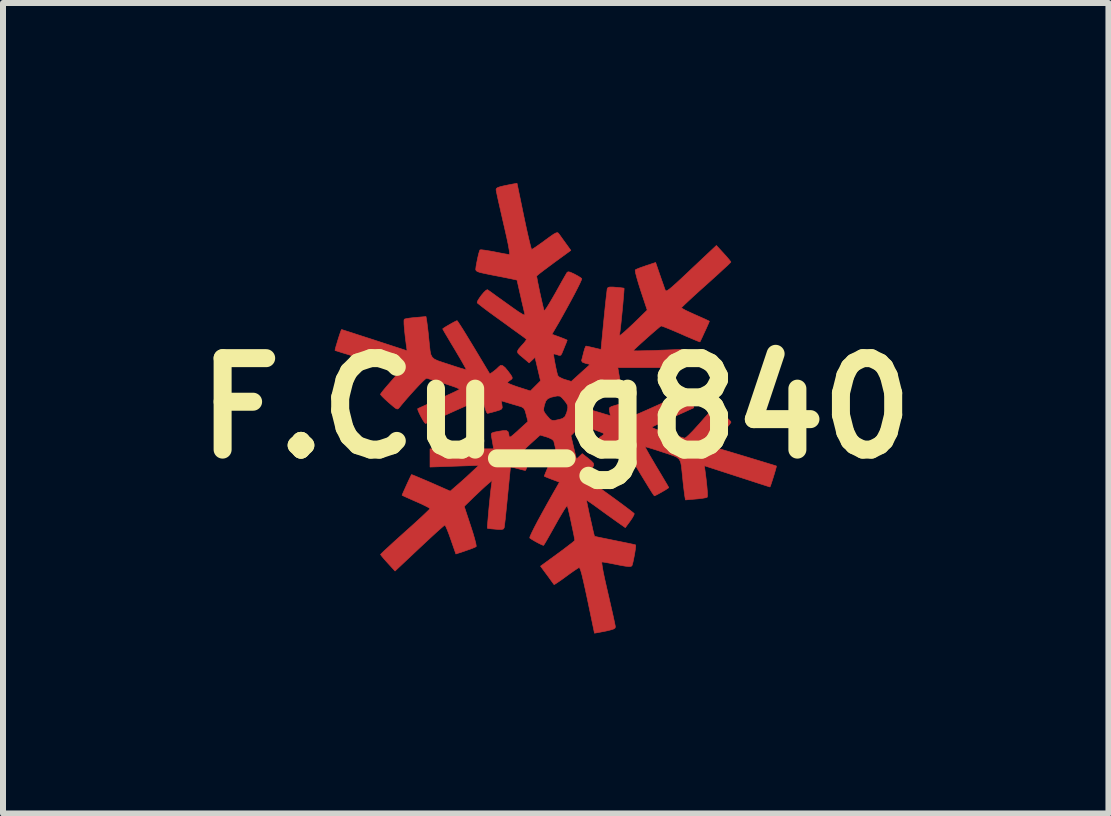
<source format=kicad_pcb>
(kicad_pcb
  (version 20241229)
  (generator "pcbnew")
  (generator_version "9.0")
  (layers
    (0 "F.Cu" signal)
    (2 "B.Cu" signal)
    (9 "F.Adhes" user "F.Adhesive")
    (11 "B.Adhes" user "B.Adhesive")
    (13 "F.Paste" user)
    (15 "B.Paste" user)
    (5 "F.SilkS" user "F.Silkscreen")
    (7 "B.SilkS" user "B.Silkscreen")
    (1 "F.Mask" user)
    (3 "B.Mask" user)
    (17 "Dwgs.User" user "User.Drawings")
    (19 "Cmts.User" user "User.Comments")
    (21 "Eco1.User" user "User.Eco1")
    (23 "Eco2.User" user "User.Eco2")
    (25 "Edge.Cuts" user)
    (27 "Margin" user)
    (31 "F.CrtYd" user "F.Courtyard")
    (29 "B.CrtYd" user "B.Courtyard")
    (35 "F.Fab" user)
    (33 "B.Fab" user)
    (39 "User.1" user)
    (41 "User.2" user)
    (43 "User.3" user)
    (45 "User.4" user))
  (footprint "F.Cu_g840"
    (layer "F.Cu")
    (at 6.212 3.754)
    (property "Reference" "F.Cu_g840" (at 0 0 0) (layer "F.SilkS") (effects (font (size 1.524 1.524) (thickness 0.3))))
    (attr through_hole)
    (fp_poly (pts (xy -0.531 -3.198) (xy -0.5 -3.051) (xy -0.471 -2.919) (xy -0.445 -2.807) (xy -0.424 -2.721) (xy -0.409 -2.665) (xy -0.401 -2.646) (xy -0.379 -2.658) (xy -0.33 -2.69) (xy -0.262 -2.738) (xy -0.181 -2.796) (xy -0.181 -2.797) (xy -0.094 -2.86) (xy -0.035 -2.901) (xy 0.004 -2.922) (xy 0.028 -2.927) (xy 0.043 -2.919) (xy 0.052 -2.908) (xy 0.079 -2.871) (xy 0.121 -2.812) (xy 0.166 -2.75) (xy 0.252 -2.631) (xy -0.033 -2.423) (xy -0.127 -2.353) (xy -0.209 -2.292) (xy -0.271 -2.244) (xy -0.309 -2.212) (xy -0.318 -2.203) (xy -0.313 -2.172) (xy -0.302 -2.111) (xy -0.285 -2.029) (xy -0.266 -1.936) (xy -0.245 -1.841) (xy -0.225 -1.753) (xy -0.208 -1.681) (xy -0.196 -1.636) (xy -0.192 -1.625) (xy -0.178 -1.638) (xy -0.147 -1.681) (xy -0.104 -1.751) (xy -0.051 -1.841) (xy -0.005 -1.921) (xy 0.054 -2.027) (xy 0.106 -2.12) (xy 0.149 -2.195) (xy 0.178 -2.245) (xy 0.187 -2.261) (xy 0.206 -2.274) (xy 0.239 -2.269) (xy 0.297 -2.243) (xy 0.313 -2.235) (xy 0.374 -2.202) (xy 0.419 -2.173) (xy 0.434 -2.159) (xy 0.427 -2.136) (xy 0.403 -2.082) (xy 0.364 -2.003) (xy 0.313 -1.904) (xy 0.253 -1.792) (xy 0.187 -1.671) (xy 0.119 -1.548) (xy 0.052 -1.429) (xy -0.012 -1.32) (xy -0.024 -1.299) (xy -0.063 -1.233) (xy 0.064 -1.187) (xy 0.129 -1.162) (xy 0.175 -1.143) (xy 0.191 -1.134) (xy 0.183 -1.112) (xy 0.165 -1.065) (xy 0.156 -1.045) (xy 0.13 -0.98) (xy 0.107 -0.925) (xy 0.104 -0.916) (xy 0.085 -0.884) (xy 0.056 -0.881) (xy 0.029 -0.89) (xy -0.014 -0.903) (xy -0.035 -0.903) (xy -0.034 -0.881) (xy -0.027 -0.829) (xy -0.014 -0.759) (xy 0.001 -0.682) (xy 0.017 -0.61) (xy 0.031 -0.555) (xy 0.033 -0.546) (xy 0.06 -0.519) (xy 0.117 -0.491) (xy 0.152 -0.479) (xy 0.26 -0.447) (xy 0.416 -0.589) (xy 0.573 -0.73) (xy 0.497 -0.748) (xy 0.446 -0.767) (xy 0.431 -0.791) (xy 0.432 -0.801) (xy 0.443 -0.842) (xy 0.459 -0.905) (xy 0.467 -0.937) (xy 0.484 -0.995) (xy 0.499 -1.03) (xy 0.505 -1.036) (xy 0.532 -1.031) (xy 0.586 -1.019) (xy 0.637 -1.007) (xy 0.755 -0.979) (xy 0.802 -1.469) (xy 0.816 -1.61) (xy 0.829 -1.738) (xy 0.841 -1.847) (xy 0.851 -1.93) (xy 0.857 -1.981) (xy 0.859 -1.993) (xy 0.872 -2.012) (xy 0.9 -2.02) (xy 0.956 -2.02) (xy 1.001 -2.016) (xy 1.07 -2.01) (xy 1.12 -2.004) (xy 1.139 -2) (xy 1.139 -1.979) (xy 1.135 -1.923) (xy 1.128 -1.842) (xy 1.12 -1.744) (xy 1.11 -1.637) (xy 1.099 -1.529) (xy 1.089 -1.428) (xy 1.079 -1.343) (xy 1.072 -1.281) (xy 1.069 -1.263) (xy 1.059 -1.204) (xy 1.117 -1.249) (xy 1.155 -1.282) (xy 1.215 -1.337) (xy 1.288 -1.405) (xy 1.35 -1.465) (xy 1.525 -1.636) (xy 1.416 -1.963) (xy 1.381 -2.074) (xy 1.353 -2.17) (xy 1.333 -2.246) (xy 1.325 -2.294) (xy 1.326 -2.306) (xy 1.353 -2.32) (xy 1.41 -2.343) (xy 1.486 -2.369) (xy 1.504 -2.376) (xy 1.665 -2.429) (xy 1.735 -2.225) (xy 1.767 -2.133) (xy 1.796 -2.052) (xy 1.816 -1.993) (xy 1.824 -1.973) (xy 1.831 -1.96) (xy 1.843 -1.956) (xy 1.863 -1.964) (xy 1.894 -1.985) (xy 1.941 -2.024) (xy 2.007 -2.083) (xy 2.095 -2.164) (xy 2.209 -2.271) (xy 2.259 -2.319) (xy 2.678 -2.713) (xy 2.799 -2.581) (xy 2.854 -2.52) (xy 2.896 -2.47) (xy 2.918 -2.441) (xy 2.919 -2.437) (xy 2.904 -2.42) (xy 2.861 -2.378) (xy 2.794 -2.317) (xy 2.709 -2.238) (xy 2.609 -2.148) (xy 2.507 -2.056) (xy 2.396 -1.957) (xy 2.297 -1.867) (xy 2.213 -1.789) (xy 2.149 -1.729) (xy 2.108 -1.689) (xy 2.095 -1.674) (xy 2.114 -1.66) (xy 2.163 -1.633) (xy 2.237 -1.598) (xy 2.327 -1.557) (xy 2.328 -1.557) (xy 2.418 -1.517) (xy 2.492 -1.484) (xy 2.542 -1.46) (xy 2.561 -1.45) (xy 2.561 -1.45) (xy 2.553 -1.429) (xy 2.532 -1.381) (xy 2.503 -1.316) (xy 2.47 -1.246) (xy 2.44 -1.18) (xy 2.416 -1.13) (xy 2.404 -1.106) (xy 2.404 -1.106) (xy 2.384 -1.112) (xy 2.332 -1.133) (xy 2.254 -1.166) (xy 2.157 -1.207) (xy 2.086 -1.239) (xy 1.979 -1.285) (xy 1.886 -1.324) (xy 1.813 -1.353) (xy 1.768 -1.369) (xy 1.756 -1.371) (xy 1.734 -1.356) (xy 1.689 -1.318) (xy 1.627 -1.265) (xy 1.556 -1.203) (xy 1.481 -1.136) (xy 1.411 -1.073) (xy 1.351 -1.018) (xy 1.309 -0.978) (xy 1.291 -0.959) (xy 1.291 -0.959) (xy 1.311 -0.957) (xy 1.367 -0.956) (xy 1.452 -0.958) (xy 1.56 -0.96) (xy 1.685 -0.964) (xy 1.693 -0.965) (xy 2.095 -0.98) (xy 2.095 -0.677) (xy 1.035 -0.677) (xy 1.048 -0.598) (xy 1.06 -0.528) (xy 1.071 -0.467) (xy 1.071 -0.463) (xy 1.075 -0.432) (xy 1.064 -0.413) (xy 1.031 -0.4) (xy 0.966 -0.387) (xy 0.949 -0.384) (xy 0.868 -0.372) (xy 0.82 -0.373) (xy 0.794 -0.391) (xy 0.782 -0.429) (xy 0.78 -0.448) (xy 0.775 -0.472) (xy 0.765 -0.481) (xy 0.743 -0.471) (xy 0.705 -0.44) (xy 0.642 -0.385) (xy 0.618 -0.362) (xy 0.463 -0.221) (xy 0.492 -0.106) (xy 0.511 -0.039) (xy 0.532 -0.001) (xy 0.565 0.021) (xy 0.604 0.034) (xy 0.676 0.055) (xy 0.761 0.08) (xy 0.8 0.092) (xy 0.912 0.125) (xy 0.898 0.054) (xy 0.893 0.014) (xy 0.9 -0.011) (xy 0.93 -0.029) (xy 0.991 -0.048) (xy 1.001 -0.051) (xy 1.068 -0.069) (xy 1.119 -0.082) (xy 1.138 -0.085) (xy 1.153 -0.066) (xy 1.172 -0.017) (xy 1.185 0.032) (xy 1.204 0.095) (xy 1.224 0.137) (xy 1.236 0.148) (xy 1.261 0.139) (xy 1.319 0.116) (xy 1.404 0.08) (xy 1.511 0.033) (xy 1.632 -0.021) (xy 1.703 -0.053) (xy 1.831 -0.111) (xy 1.947 -0.162) (xy 2.044 -0.204) (xy 2.118 -0.234) (xy 2.162 -0.251) (xy 2.171 -0.254) (xy 2.188 -0.237) (xy 2.216 -0.194) (xy 2.247 -0.138) (xy 2.276 -0.08) (xy 2.296 -0.033) (xy 2.301 -0.008) (xy 2.301 -0.008) (xy 2.281 0.002) (xy 2.229 0.025) (xy 2.151 0.061) (xy 2.053 0.105) (xy 1.958 0.147) (xy 1.847 0.198) (xy 1.749 0.243) (xy 1.671 0.28) (xy 1.62 0.305) (xy 1.603 0.315) (xy 1.616 0.327) (xy 1.662 0.347) (xy 1.736 0.373) (xy 1.829 0.403) (xy 1.852 0.41) (xy 1.954 0.44) (xy 2.042 0.467) (xy 2.108 0.487) (xy 2.143 0.498) (xy 2.146 0.499) (xy 2.17 0.488) (xy 2.217 0.446) (xy 2.284 0.379) (xy 2.368 0.287) (xy 2.401 0.25) (xy 2.478 0.162) (xy 2.547 0.087) (xy 2.601 0.03) (xy 2.636 -0.004) (xy 2.647 -0.011) (xy 2.671 0.003) (xy 2.716 0.037) (xy 2.772 0.084) (xy 2.83 0.135) (xy 2.88 0.183) (xy 2.913 0.218) (xy 2.921 0.232) (xy 2.908 0.253) (xy 2.872 0.3) (xy 2.818 0.364) (xy 2.753 0.439) (xy 2.752 0.441) (xy 2.68 0.524) (xy 2.634 0.581) (xy 2.612 0.617) (xy 2.61 0.636) (xy 2.619 0.643) (xy 2.694 0.665) (xy 2.791 0.694) (xy 2.906 0.728) (xy 3.032 0.766) (xy 3.162 0.805) (xy 3.29 0.844) (xy 3.409 0.88) (xy 3.514 0.912) (xy 3.599 0.938) (xy 3.655 0.955) (xy 3.678 0.963) (xy 3.678 0.963) (xy 3.675 0.983) (xy 3.662 1.032) (xy 3.642 1.099) (xy 3.62 1.171) (xy 3.598 1.238) (xy 3.581 1.289) (xy 3.571 1.312) (xy 3.571 1.312) (xy 3.551 1.306) (xy 3.495 1.288) (xy 3.41 1.261) (xy 3.3 1.225) (xy 3.171 1.183) (xy 3.028 1.137) (xy 3.022 1.135) (xy 2.477 0.958) (xy 2.488 1.035) (xy 2.507 1.181) (xy 2.52 1.304) (xy 2.528 1.399) (xy 2.529 1.46) (xy 2.524 1.484) (xy 2.497 1.492) (xy 2.439 1.502) (xy 2.36 1.511) (xy 2.335 1.513) (xy 2.162 1.528) (xy 2.15 1.457) (xy 2.143 1.405) (xy 2.133 1.325) (xy 2.122 1.229) (xy 2.117 1.175) (xy 2.104 1.049) (xy 2.094 0.958) (xy 2.081 0.894) (xy 2.058 0.85) (xy 2.021 0.818) (xy 1.965 0.792) (xy 1.883 0.764) (xy 1.784 0.732) (xy 1.681 0.698) (xy 1.593 0.67) (xy 1.528 0.651) (xy 1.493 0.642) (xy 1.489 0.642) (xy 1.498 0.661) (xy 1.525 0.71) (xy 1.567 0.785) (xy 1.622 0.878) (xy 1.683 0.982) (xy 1.747 1.088) (xy 1.802 1.181) (xy 1.846 1.255) (xy 1.874 1.304) (xy 1.884 1.323) (xy 1.867 1.336) (xy 1.825 1.363) (xy 1.77 1.395) (xy 1.713 1.427) (xy 1.667 1.451) (xy 1.644 1.46) (xy 1.63 1.443) (xy 1.598 1.395) (xy 1.551 1.32) (xy 1.493 1.225) (xy 1.425 1.114) (xy 1.395 1.064) (xy 1.324 0.944) (xy 1.259 0.835) (xy 1.202 0.741) (xy 1.159 0.669) (xy 1.133 0.625) (xy 1.128 0.618) (xy 1.098 0.569) (xy 1.006 0.644) (xy 0.952 0.686) (xy 0.91 0.713) (xy 0.894 0.72) (xy 0.871 0.704) (xy 0.834 0.665) (xy 0.792 0.614) (xy 0.752 0.562) (xy 0.726 0.521) (xy 0.72 0.505) (xy 0.736 0.483) (xy 0.762 0.466) (xy 0.795 0.441) (xy 0.804 0.427) (xy 0.786 0.413) (xy 0.735 0.392) (xy 0.662 0.365) (xy 0.613 0.349) (xy 0.422 0.288) (xy 0.253 0.457) (xy 0.299 0.653) (xy 0.345 0.848) (xy 0.393 0.803) (xy 0.442 0.757) (xy 0.525 0.822) (xy 0.592 0.877) (xy 0.627 0.915) (xy 0.634 0.949) (xy 0.613 0.989) (xy 0.568 1.044) (xy 0.568 1.044) (xy 0.524 1.098) (xy 0.496 1.137) (xy 0.49 1.152) (xy 0.508 1.166) (xy 0.556 1.201) (xy 0.629 1.254) (xy 0.722 1.321) (xy 0.829 1.398) (xy 0.9 1.449) (xy 1.014 1.532) (xy 1.116 1.607) (xy 1.201 1.671) (xy 1.265 1.72) (xy 1.302 1.75) (xy 1.309 1.758) (xy 1.301 1.784) (xy 1.273 1.833) (xy 1.238 1.884) (xy 1.16 1.99) (xy 1.032 1.9) (xy 0.959 1.848) (xy 0.865 1.781) (xy 0.767 1.71) (xy 0.711 1.669) (xy 0.634 1.613) (xy 0.571 1.569) (xy 0.528 1.541) (xy 0.513 1.533) (xy 0.516 1.554) (xy 0.527 1.607) (xy 0.543 1.683) (xy 0.562 1.774) (xy 0.584 1.87) (xy 0.605 1.963) (xy 0.623 2.043) (xy 0.638 2.103) (xy 0.646 2.132) (xy 0.646 2.133) (xy 0.667 2.139) (xy 0.722 2.151) (xy 0.805 2.168) (xy 0.909 2.189) (xy 0.986 2.205) (xy 1.1 2.228) (xy 1.198 2.248) (xy 1.274 2.264) (xy 1.321 2.275) (xy 1.331 2.278) (xy 1.333 2.301) (xy 1.327 2.354) (xy 1.316 2.423) (xy 1.302 2.497) (xy 1.288 2.564) (xy 1.275 2.612) (xy 1.269 2.626) (xy 1.253 2.636) (xy 1.219 2.638) (xy 1.159 2.632) (xy 1.068 2.616) (xy 1.023 2.607) (xy 0.928 2.588) (xy 0.848 2.573) (xy 0.792 2.564) (xy 0.771 2.561) (xy 0.768 2.581) (xy 0.776 2.639) (xy 0.792 2.73) (xy 0.818 2.853) (xy 0.852 3.003) (xy 0.871 3.085) (xy 0.904 3.229) (xy 0.934 3.361) (xy 0.96 3.475) (xy 0.979 3.564) (xy 0.991 3.623) (xy 0.994 3.644) (xy 0.989 3.662) (xy 0.967 3.678) (xy 0.922 3.693) (xy 0.849 3.711) (xy 0.742 3.732) (xy 0.72 3.736) (xy 0.646 3.749) (xy 0.531 3.197) (xy 0.493 3.02) (xy 0.462 2.882) (xy 0.438 2.78) (xy 0.418 2.71) (xy 0.403 2.669) (xy 0.391 2.655) (xy 0.388 2.655) (xy 0.361 2.671) (xy 0.307 2.707) (xy 0.236 2.757) (xy 0.169 2.806) (xy 0.092 2.862) (xy 0.029 2.905) (xy -0.014 2.933) (xy -0.028 2.939) (xy -0.047 2.913) (xy -0.082 2.865) (xy -0.125 2.805) (xy -0.169 2.746) (xy -0.201 2.703) (xy -0.253 2.632) (xy 0.032 2.424) (xy 0.127 2.354) (xy 0.208 2.292) (xy 0.271 2.244) (xy 0.309 2.212) (xy 0.318 2.203) (xy 0.313 2.172) (xy 0.302 2.111) (xy 0.285 2.029) (xy 0.265 1.936) (xy 0.245 1.84) (xy 0.225 1.752) (xy 0.208 1.681) (xy 0.196 1.636) (xy 0.192 1.625) (xy 0.178 1.638) (xy 0.147 1.682) (xy 0.104 1.753) (xy 0.05 1.844) (xy -0.008 1.948) (xy -0.068 2.055) (xy -0.121 2.149) (xy -0.163 2.222) (xy -0.192 2.27) (xy -0.204 2.286) (xy -0.232 2.276) (xy -0.283 2.251) (xy -0.341 2.22) (xy -0.395 2.188) (xy -0.429 2.165) (xy -0.433 2.16) (xy -0.427 2.135) (xy -0.401 2.077) (xy -0.358 1.99) (xy -0.298 1.875) (xy -0.223 1.738) (xy -0.136 1.581) (xy -0.038 1.407) (xy 0.012 1.32) (xy 0.062 1.232) (xy -0.064 1.185) (xy -0.129 1.16) (xy -0.175 1.141) (xy -0.191 1.132) (xy -0.183 1.111) (xy -0.165 1.065) (xy -0.156 1.045) (xy -0.13 0.98) (xy -0.107 0.925) (xy -0.104 0.916) (xy -0.085 0.884) (xy -0.056 0.881) (xy -0.029 0.89) (xy 0.014 0.903) (xy 0.035 0.903) (xy 0.034 0.881) (xy 0.027 0.829) (xy 0.014 0.759) (xy -0.001 0.682) (xy -0.017 0.61) (xy -0.031 0.555) (xy -0.033 0.546) (xy -0.06 0.519) (xy -0.117 0.491) (xy -0.152 0.479) (xy -0.26 0.447) (xy -0.405 0.578) (xy -0.481 0.648) (xy -0.526 0.695) (xy -0.545 0.723) (xy -0.54 0.737) (xy -0.513 0.741) (xy -0.513 0.741) (xy -0.467 0.747) (xy -0.443 0.769) (xy -0.44 0.815) (xy -0.455 0.891) (xy -0.459 0.905) (xy -0.478 0.973) (xy -0.495 1.02) (xy -0.505 1.037) (xy -0.532 1.032) (xy -0.585 1.019) (xy -0.634 1.006) (xy -0.697 0.99) (xy -0.741 0.981) (xy -0.753 0.98) (xy -0.756 1.001) (xy -0.762 1.059) (xy -0.771 1.147) (xy -0.782 1.259) (xy -0.795 1.389) (xy -0.803 1.471) (xy -0.817 1.612) (xy -0.83 1.74) (xy -0.841 1.848) (xy -0.851 1.931) (xy -0.857 1.981) (xy -0.86 1.993) (xy -0.872 2.012) (xy -0.9 2.02) (xy -0.956 2.02) (xy -1.001 2.016) (xy -1.07 2.01) (xy -1.12 2.004) (xy -1.139 2) (xy -1.139 1.979) (xy -1.135 1.923) (xy -1.128 1.842) (xy -1.12 1.744) (xy -1.11 1.637) (xy -1.099 1.529) (xy -1.089 1.428) (xy -1.079 1.342) (xy -1.071 1.281) (xy -1.069 1.263) (xy -1.059 1.203) (xy -1.127 1.26) (xy -1.172 1.299) (xy -1.236 1.358) (xy -1.311 1.429) (xy -1.361 1.476) (xy -1.525 1.636) (xy -1.417 1.963) (xy -1.381 2.074) (xy -1.353 2.17) (xy -1.333 2.246) (xy -1.325 2.294) (xy -1.326 2.306) (xy -1.353 2.32) (xy -1.41 2.343) (xy -1.485 2.369) (xy -1.504 2.376) (xy -1.664 2.429) (xy -1.748 2.188) (xy -1.781 2.095) (xy -1.811 2.019) (xy -1.834 1.967) (xy -1.848 1.947) (xy -1.848 1.947) (xy -1.867 1.961) (xy -1.913 2.001) (xy -1.981 2.061) (xy -2.067 2.14) (xy -2.167 2.233) (xy -2.271 2.33) (xy -2.678 2.713) (xy -2.799 2.581) (xy -2.854 2.52) (xy -2.896 2.47) (xy -2.918 2.441) (xy -2.919 2.437) (xy -2.904 2.42) (xy -2.861 2.378) (xy -2.794 2.317) (xy -2.709 2.238) (xy -2.609 2.148) (xy -2.507 2.056) (xy -2.396 1.957) (xy -2.297 1.867) (xy -2.213 1.789) (xy -2.149 1.728) (xy -2.108 1.688) (xy -2.096 1.673) (xy -2.114 1.658) (xy -2.164 1.632) (xy -2.237 1.596) (xy -2.327 1.556) (xy -2.328 1.556) (xy -2.418 1.516) (xy -2.492 1.483) (xy -2.542 1.46) (xy -2.561 1.45) (xy -2.561 1.45) (xy -2.553 1.429) (xy -2.532 1.381) (xy -2.503 1.317) (xy -2.471 1.246) (xy -2.44 1.18) (xy -2.416 1.13) (xy -2.405 1.107) (xy -2.404 1.106) (xy -2.384 1.112) (xy -2.332 1.133) (xy -2.254 1.166) (xy -2.157 1.207) (xy -2.078 1.241) (xy -1.758 1.382) (xy -1.646 1.285) (xy -1.572 1.22) (xy -1.486 1.143) (xy -1.408 1.07) (xy -1.281 0.952) (xy -1.688 0.966) (xy -2.095 0.98) (xy -2.095 0.677) (xy -1.035 0.677) (xy -1.048 0.598) (xy -1.06 0.528) (xy -1.071 0.467) (xy -1.071 0.463) (xy -1.075 0.432) (xy -1.064 0.413) (xy -1.031 0.4) (xy -0.966 0.387) (xy -0.949 0.384) (xy -0.868 0.372) (xy -0.82 0.373) (xy -0.794 0.391) (xy -0.782 0.429) (xy -0.78 0.448) (xy -0.775 0.472) (xy -0.765 0.481) (xy -0.743 0.471) (xy -0.705 0.44) (xy -0.642 0.385) (xy -0.618 0.362) (xy -0.463 0.221) (xy -0.492 0.106) (xy -0.511 0.039) (xy -0.529 0.006) (xy -0.201 0.006) (xy -0.199 0.046) (xy -0.177 0.086) (xy -0.143 0.128) (xy -0.099 0.178) (xy -0.064 0.201) (xy -0.025 0.204) (xy -0.003 0.2) (xy 0.062 0.186) (xy 0.116 0.17) (xy 0.155 0.138) (xy 0.183 0.073) (xy 0.188 0.054) (xy 0.201 -0.005) (xy 0.199 -0.046) (xy 0.177 -0.086) (xy 0.144 -0.129) (xy 0.1 -0.179) (xy 0.067 -0.202) (xy 0.029 -0.205) (xy 0.004 -0.201) (xy -0.081 -0.182) (xy -0.134 -0.157) (xy -0.165 -0.12) (xy -0.186 -0.061) (xy -0.188 -0.054) (xy -0.201 0.006) (xy -0.529 0.006) (xy -0.532 0.001) (xy -0.565 -0.021) (xy -0.604 -0.034) (xy -0.676 -0.055) (xy -0.761 -0.08) (xy -0.797 -0.091) (xy -0.907 -0.124) (xy -0.896 -0.054) (xy -0.891 -0.013) (xy -0.9 0.011) (xy -0.931 0.029) (xy -0.992 0.048) (xy -1.001 0.051) (xy -1.068 0.069) (xy -1.119 0.082) (xy -1.138 0.085) (xy -1.153 0.066) (xy -1.172 0.017) (xy -1.185 -0.032) (xy -1.204 -0.095) (xy -1.224 -0.137) (xy -1.236 -0.148) (xy -1.261 -0.139) (xy -1.319 -0.116) (xy -1.404 -0.08) (xy -1.511 -0.033) (xy -1.632 0.021) (xy -1.703 0.053) (xy -1.831 0.111) (xy -1.947 0.162) (xy -2.044 0.204) (xy -2.118 0.234) (xy -2.162 0.251) (xy -2.171 0.254) (xy -2.188 0.237) (xy -2.216 0.194) (xy -2.247 0.138) (xy -2.276 0.08) (xy -2.296 0.033) (xy -2.301 0.008) (xy -2.301 0.008) (xy -2.281 -0.002) (xy -2.229 -0.025) (xy -2.151 -0.061) (xy -2.053 -0.105) (xy -1.958 -0.147) (xy -1.847 -0.198) (xy -1.749 -0.243) (xy -1.672 -0.279) (xy -1.621 -0.305) (xy -1.603 -0.315) (xy -1.616 -0.326) (xy -1.663 -0.347) (xy -1.737 -0.373) (xy -1.83 -0.404) (xy -1.857 -0.412) (xy -1.959 -0.443) (xy -2.047 -0.469) (xy -2.113 -0.489) (xy -2.148 -0.501) (xy -2.15 -0.501) (xy -2.171 -0.489) (xy -2.213 -0.45) (xy -2.273 -0.39) (xy -2.344 -0.314) (xy -2.422 -0.228) (xy -2.501 -0.138) (xy -2.576 -0.049) (xy -2.606 -0.012) (xy -2.624 0.007) (xy -2.643 0.013) (xy -2.669 0.001) (xy -2.711 -0.032) (xy -2.777 -0.089) (xy -2.781 -0.092) (xy -2.844 -0.149) (xy -2.892 -0.196) (xy -2.918 -0.226) (xy -2.921 -0.232) (xy -2.908 -0.254) (xy -2.872 -0.3) (xy -2.818 -0.364) (xy -2.753 -0.439) (xy -2.751 -0.441) (xy -2.582 -0.633) (xy -2.651 -0.652) (xy -2.7 -0.667) (xy -2.779 -0.69) (xy -2.878 -0.72) (xy -2.994 -0.754) (xy -3.117 -0.792) (xy -3.243 -0.83) (xy -3.365 -0.866) (xy -3.475 -0.9) (xy -3.568 -0.928) (xy -3.636 -0.95) (xy -3.673 -0.961) (xy -3.678 -0.963) (xy -3.675 -0.984) (xy -3.662 -1.033) (xy -3.642 -1.099) (xy -3.62 -1.172) (xy -3.598 -1.239) (xy -3.58 -1.289) (xy -3.57 -1.312) (xy -3.57 -1.312) (xy -3.549 -1.306) (xy -3.493 -1.288) (xy -3.408 -1.261) (xy -3.298 -1.225) (xy -3.168 -1.183) (xy -3.025 -1.137) (xy -3.02 -1.135) (xy -2.477 -0.958) (xy -2.488 -1.035) (xy -2.507 -1.181) (xy -2.52 -1.304) (xy -2.528 -1.399) (xy -2.529 -1.46) (xy -2.524 -1.484) (xy -2.497 -1.492) (xy -2.439 -1.502) (xy -2.36 -1.511) (xy -2.335 -1.513) (xy -2.162 -1.528) (xy -2.15 -1.457) (xy -2.143 -1.405) (xy -2.133 -1.325) (xy -2.122 -1.229) (xy -2.117 -1.175) (xy -2.104 -1.049) (xy -2.094 -0.958) (xy -2.081 -0.894) (xy -2.058 -0.85) (xy -2.021 -0.818) (xy -1.965 -0.792) (xy -1.883 -0.764) (xy -1.784 -0.732) (xy -1.681 -0.698) (xy -1.593 -0.67) (xy -1.528 -0.651) (xy -1.493 -0.642) (xy -1.489 -0.642) (xy -1.498 -0.661) (xy -1.525 -0.71) (xy -1.567 -0.785) (xy -1.622 -0.878) (xy -1.683 -0.982) (xy -1.747 -1.088) (xy -1.802 -1.181) (xy -1.846 -1.255) (xy -1.874 -1.304) (xy -1.884 -1.323) (xy -1.867 -1.336) (xy -1.825 -1.363) (xy -1.77 -1.395) (xy -1.713 -1.427) (xy -1.667 -1.451) (xy -1.644 -1.46) (xy -1.631 -1.443) (xy -1.598 -1.394) (xy -1.55 -1.319) (xy -1.49 -1.222) (xy -1.421 -1.108) (xy -1.365 -1.016) (xy -1.098 -0.571) (xy -1.039 -0.612) (xy -0.99 -0.651) (xy -0.953 -0.687) (xy -0.953 -0.687) (xy -0.921 -0.714) (xy -0.887 -0.712) (xy -0.844 -0.678) (xy -0.797 -0.621) (xy -0.749 -0.557) (xy -0.726 -0.517) (xy -0.727 -0.492) (xy -0.749 -0.473) (xy -0.762 -0.466) (xy -0.795 -0.441) (xy -0.804 -0.427) (xy -0.786 -0.413) (xy -0.735 -0.392) (xy -0.662 -0.365) (xy -0.613 -0.349) (xy -0.422 -0.288) (xy -0.253 -0.457) (xy -0.299 -0.653) (xy -0.345 -0.848) (xy -0.394 -0.802) (xy -0.443 -0.756) (xy -0.55 -0.847) (xy -0.603 -0.89) (xy -0.632 -0.921) (xy -0.638 -0.95) (xy -0.619 -0.985) (xy -0.575 -1.037) (xy -0.531 -1.085) (xy -0.5 -1.125) (xy -0.488 -1.15) (xy -0.489 -1.152) (xy -0.509 -1.167) (xy -0.557 -1.203) (xy -0.631 -1.256) (xy -0.724 -1.323) (xy -0.831 -1.401) (xy -0.9 -1.451) (xy -1.014 -1.533) (xy -1.117 -1.608) (xy -1.202 -1.672) (xy -1.265 -1.721) (xy -1.302 -1.751) (xy -1.309 -1.758) (xy -1.302 -1.787) (xy -1.275 -1.832) (xy -1.237 -1.885) (xy -1.196 -1.933) (xy -1.16 -1.967) (xy -1.138 -1.976) (xy -1.114 -1.96) (xy -1.062 -1.923) (xy -0.988 -1.869) (xy -0.897 -1.804) (xy -0.809 -1.741) (xy -0.697 -1.661) (xy -0.616 -1.605) (xy -0.561 -1.571) (xy -0.529 -1.555) (xy -0.515 -1.557) (xy -0.515 -1.569) (xy -0.525 -1.609) (xy -0.541 -1.68) (xy -0.563 -1.772) (xy -0.586 -1.876) (xy -0.587 -1.878) (xy -0.645 -2.136) (xy -0.741 -2.157) (xy -0.8 -2.169) (xy -0.889 -2.187) (xy -0.993 -2.207) (xy -1.085 -2.225) (xy -1.191 -2.247) (xy -1.262 -2.263) (xy -1.305 -2.278) (xy -1.326 -2.293) (xy -1.333 -2.311) (xy -1.333 -2.317) (xy -1.328 -2.362) (xy -1.316 -2.429) (xy -1.301 -2.503) (xy -1.285 -2.572) (xy -1.27 -2.622) (xy -1.262 -2.639) (xy -1.238 -2.641) (xy -1.181 -2.634) (xy -1.1 -2.621) (xy -1.022 -2.607) (xy -0.927 -2.588) (xy -0.847 -2.573) (xy -0.791 -2.564) (xy -0.771 -2.561) (xy -0.768 -2.581) (xy -0.776 -2.639) (xy -0.792 -2.73) (xy -0.818 -2.853) (xy -0.852 -3.003) (xy -0.871 -3.085) (xy -0.904 -3.229) (xy -0.934 -3.361) (xy -0.96 -3.475) (xy -0.979 -3.564) (xy -0.991 -3.623) (xy -0.994 -3.644) (xy -0.989 -3.662) (xy -0.967 -3.678) (xy -0.924 -3.693) (xy -0.852 -3.71) (xy -0.746 -3.731) (xy -0.72 -3.736) (xy -0.645 -3.749) (xy -0.531 -3.198)) (stroke (width 0.01) (type solid)) (fill yes) (layer "F.Cu")))
  (gr_rect
    (start -3 -3)
    (end 15.424 10.508)
    (stroke (width 0.1) (type default))
    (fill no)
    (layer "Edge.Cuts")))
</source>
